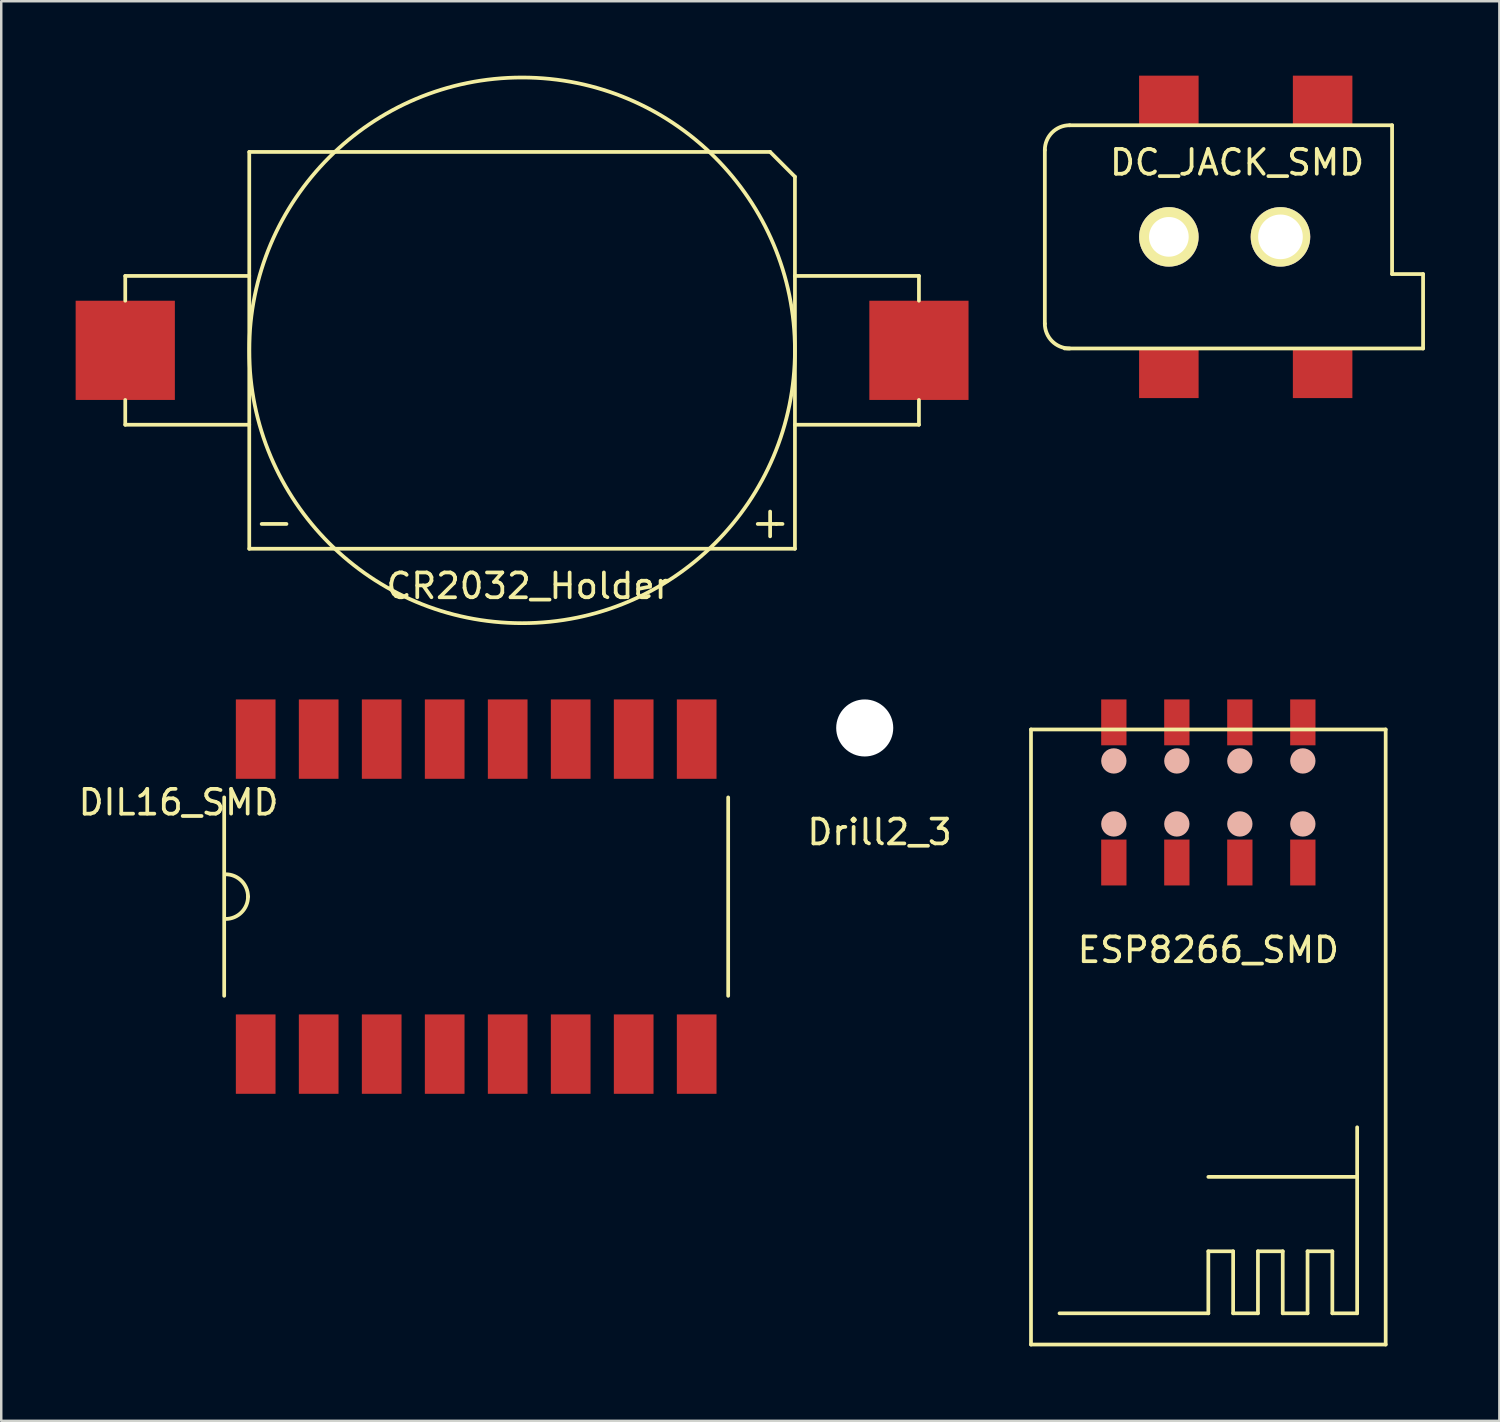
<source format=kicad_pcb>
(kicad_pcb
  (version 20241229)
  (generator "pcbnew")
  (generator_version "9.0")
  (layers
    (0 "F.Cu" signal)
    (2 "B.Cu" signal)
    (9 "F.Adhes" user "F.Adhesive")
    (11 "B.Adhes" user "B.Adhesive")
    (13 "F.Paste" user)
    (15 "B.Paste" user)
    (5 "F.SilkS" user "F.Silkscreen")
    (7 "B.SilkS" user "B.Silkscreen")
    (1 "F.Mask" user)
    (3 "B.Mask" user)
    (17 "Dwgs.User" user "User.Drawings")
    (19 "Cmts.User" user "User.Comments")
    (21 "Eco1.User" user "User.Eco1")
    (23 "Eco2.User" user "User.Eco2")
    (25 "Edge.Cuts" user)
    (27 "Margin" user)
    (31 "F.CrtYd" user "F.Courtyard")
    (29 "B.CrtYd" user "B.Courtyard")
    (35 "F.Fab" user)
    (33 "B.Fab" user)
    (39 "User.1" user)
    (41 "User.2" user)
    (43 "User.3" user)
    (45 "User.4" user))
  (footprint "Drill2_3"
    (layer "F.Cu")
    (at 31.814 26.3)
    (property "Reference" "Drill2_3" (at 0.6 4.2 0) (layer "F.SilkS") (effects (font (size 1 1) (thickness 0.15))))
    (attr through_hole)
    (pad "" np_thru_hole circle (at 0 0) (size 2.3 2.3) (drill 2.3) (layers "*.Cu" "*.Mask")))
  (footprint "DIL16_SMD"
    (layer "F.Cu")
    (at 16.149 33.1)
    (property "Reference" "DIL16_SMD" (at -12 -3.8 0) (layer "F.SilkS") (effects (font (size 1 1) (thickness 0.15))))
    (attr through_hole)
    (fp_line (start -10.16 -4) (end -10.16 4) (stroke (width 0.15) (type solid)) (layer "F.SilkS"))
    (fp_line (start 10.16 -4) (end 10.16 4) (stroke (width 0.15) (type solid)) (layer "F.SilkS"))
    (fp_arc (start -10.1 -0.9) (mid -9.463604 -0.636396) (end -9.2 0) (stroke (width 0.1524) (type solid)) (layer "F.SilkS"))
    (fp_arc (start -9.2 0) (mid -9.463604 0.636396) (end -10.1 0.9) (stroke (width 0.1524) (type solid)) (layer "F.SilkS"))
    (pad "1" smd rect (at -8.89 6.35) (size 1.6 3.2) (layers "F.Cu" "F.Mask" "F.Paste"))
    (pad "2" smd rect (at -6.35 6.35) (size 1.6 3.2) (layers "F.Cu" "F.Mask" "F.Paste"))
    (pad "3" smd rect (at -3.81 6.35) (size 1.6 3.2) (layers "F.Cu" "F.Mask" "F.Paste"))
    (pad "4" smd rect (at -1.27 6.35) (size 1.6 3.2) (layers "F.Cu" "F.Mask" "F.Paste"))
    (pad "5" smd rect (at 1.27 6.35) (size 1.6 3.2) (layers "F.Cu" "F.Mask" "F.Paste"))
    (pad "6" smd rect (at 3.81 6.35) (size 1.6 3.2) (layers "F.Cu" "F.Mask" "F.Paste"))
    (pad "7" smd rect (at 6.35 6.35) (size 1.6 3.2) (layers "F.Cu" "F.Mask" "F.Paste"))
    (pad "8" smd rect (at 8.89 6.35) (size 1.6 3.2) (layers "F.Cu" "F.Mask" "F.Paste"))
    (pad "9" smd rect (at 8.89 -6.35) (size 1.6 3.2) (layers "F.Cu" "F.Mask" "F.Paste"))
    (pad "10" smd rect (at 6.35 -6.35) (size 1.6 3.2) (layers "F.Cu" "F.Mask" "F.Paste"))
    (pad "11" smd rect (at 3.81 -6.35) (size 1.6 3.2) (layers "F.Cu" "F.Mask" "F.Paste"))
    (pad "12" smd rect (at 1.27 -6.35) (size 1.6 3.2) (layers "F.Cu" "F.Mask" "F.Paste"))
    (pad "13" smd rect (at -1.27 -6.35) (size 1.6 3.2) (layers "F.Cu" "F.Mask" "F.Paste"))
    (pad "14" smd rect (at -3.81 -6.35) (size 1.6 3.2) (layers "F.Cu" "F.Mask" "F.Paste"))
    (pad "15" smd rect (at -6.35 -6.35) (size 1.6 3.2) (layers "F.Cu" "F.Mask" "F.Paste"))
    (pad "16" smd rect (at -8.89 -6.35) (size 1.6 3.2) (layers "F.Cu" "F.Mask" "F.Paste")))
  (footprint "ESP8266_SMD"
    (layer "F.Cu")
    (at 45.668 28.9)
    (property "Reference" "ESP8266_SMD" (at 0 6.35 0) (layer "F.SilkS") (effects (font (size 1 1) (thickness 0.15))))
    (attr through_hole)
    (fp_line (start -7.15 -2.54) (end -7.15 22.26) (stroke (width 0.15) (type solid)) (layer "F.SilkS"))
    (fp_line (start -7.15 22.26) (end 7.15 22.26) (stroke (width 0.15) (type solid)) (layer "F.SilkS"))
    (fp_line (start -6 21) (end 0 21) (stroke (width 0.15) (type solid)) (layer "F.SilkS"))
    (fp_line (start 0 18.5) (end 1 18.5) (stroke (width 0.15) (type solid)) (layer "F.SilkS"))
    (fp_line (start 0 21) (end 0 18.5) (stroke (width 0.15) (type solid)) (layer "F.SilkS"))
    (fp_line (start 1 18.5) (end 1 21) (stroke (width 0.15) (type solid)) (layer "F.SilkS"))
    (fp_line (start 1 21) (end 2 21) (stroke (width 0.15) (type solid)) (layer "F.SilkS"))
    (fp_line (start 2 18.5) (end 3 18.5) (stroke (width 0.15) (type solid)) (layer "F.SilkS"))
    (fp_line (start 2 21) (end 2 18.5) (stroke (width 0.15) (type solid)) (layer "F.SilkS"))
    (fp_line (start 3 18.5) (end 3 21) (stroke (width 0.15) (type solid)) (layer "F.SilkS"))
    (fp_line (start 4 18.5) (end 4 21) (stroke (width 0.15) (type solid)) (layer "F.SilkS"))
    (fp_line (start 4 18.5) (end 5 18.5) (stroke (width 0.15) (type solid)) (layer "F.SilkS"))
    (fp_line (start 4 21) (end 3 21) (stroke (width 0.15) (type solid)) (layer "F.SilkS"))
    (fp_line (start 5 18.5) (end 5 21) (stroke (width 0.15) (type solid)) (layer "F.SilkS"))
    (fp_line (start 5 21) (end 6 21) (stroke (width 0.15) (type solid)) (layer "F.SilkS"))
    (fp_line (start 6 15.5) (end 0 15.5) (stroke (width 0.15) (type solid)) (layer "F.SilkS"))
    (fp_line (start 6 21) (end 6 13.5) (stroke (width 0.15) (type solid)) (layer "F.SilkS"))
    (fp_line (start 7.15 -2.54) (end -7.15 -2.54) (stroke (width 0.15) (type solid)) (layer "F.SilkS"))
    (fp_line (start 7.15 22.26) (end 7.15 -2.54) (stroke (width 0.15) (type solid)) (layer "F.SilkS"))
    (pad "" smd circle (at -3.81 -1.27) (size 1.02 1.02) (layers "B.SilkS"))
    (pad "" smd circle (at -3.81 1.27) (size 1.02 1.02) (layers "B.SilkS"))
    (pad "" smd circle (at -1.27 -1.27) (size 1.02 1.02) (layers "B.SilkS"))
    (pad "" smd circle (at -1.27 1.27) (size 1.02 1.02) (layers "B.SilkS"))
    (pad "" smd circle (at 1.27 -1.27) (size 1.02 1.02) (layers "B.SilkS"))
    (pad "" smd circle (at 1.27 1.27) (size 1.02 1.02) (layers "B.SilkS"))
    (pad "" smd circle (at 3.81 -1.27) (size 1.02 1.02) (layers "B.SilkS"))
    (pad "" smd circle (at 3.81 1.27) (size 1.02 1.02) (layers "B.SilkS"))
    (pad "1" smd rect (at -3.81 2.825) (size 1.02 1.85) (layers "F.Cu" "F.Mask" "F.Paste"))
    (pad "2" smd rect (at -3.81 -2.825) (size 1.02 1.85) (layers "F.Cu" "F.Mask" "F.Paste"))
    (pad "3" smd rect (at -1.27 2.825) (size 1.02 1.85) (layers "F.Cu" "F.Mask" "F.Paste"))
    (pad "4" smd rect (at -1.27 -2.825) (size 1.02 1.85) (layers "F.Cu" "F.Mask" "F.Paste"))
    (pad "5" smd rect (at 1.27 2.825) (size 1.02 1.85) (layers "F.Cu" "F.Mask" "F.Paste"))
    (pad "6" smd rect (at 1.27 -2.825) (size 1.02 1.85) (layers "F.Cu" "F.Mask" "F.Paste"))
    (pad "7" smd rect (at 3.81 2.825) (size 1.02 1.85) (layers "F.Cu" "F.Mask" "F.Paste"))
    (pad "8" smd rect (at 3.81 -2.825) (size 1.02 1.85) (layers "F.Cu" "F.Mask" "F.Paste")))
  (footprint "CR2032_Holder"
    (layer "F.Cu")
    (at 18 11.075)
    (property "Reference" "CR2032_Holder" (at 0.25 9.5 0) (layer "F.SilkS") (effects (font (size 1 1) (thickness 0.15))))
    (attr through_hole)
    (fp_line (start -16 -3) (end -11 -3) (stroke (width 0.15) (type solid)) (layer "F.SilkS"))
    (fp_line (start -16 -2) (end -16 -3) (stroke (width 0.15) (type solid)) (layer "F.SilkS"))
    (fp_line (start -16 2) (end -16 3) (stroke (width 0.15) (type solid)) (layer "F.SilkS"))
    (fp_line (start -16 3) (end -11 3) (stroke (width 0.15) (type solid)) (layer "F.SilkS"))
    (fp_line (start -11 -8) (end -11 8) (stroke (width 0.15) (type solid)) (layer "F.SilkS"))
    (fp_line (start -11 -8) (end 10 -8) (stroke (width 0.15) (type solid)) (layer "F.SilkS"))
    (fp_line (start -11 8) (end 11 8) (stroke (width 0.15) (type solid)) (layer "F.SilkS"))
    (fp_line (start -10.5 7) (end -9.5 7) (stroke (width 0.15) (type solid)) (layer "F.SilkS"))
    (fp_line (start 9.5 7) (end 10.25 7) (stroke (width 0.15) (type solid)) (layer "F.SilkS"))
    (fp_line (start 10 6.5) (end 10 7.5) (stroke (width 0.15) (type solid)) (layer "F.SilkS"))
    (fp_line (start 10.25 7) (end 10.5 7) (stroke (width 0.15) (type solid)) (layer "F.SilkS"))
    (fp_line (start 11 -7) (end 10 -8) (stroke (width 0.15) (type solid)) (layer "F.SilkS"))
    (fp_line (start 11 -7) (end 11 8) (stroke (width 0.15) (type solid)) (layer "F.SilkS"))
    (fp_line (start 11 -3) (end 16 -3) (stroke (width 0.15) (type solid)) (layer "F.SilkS"))
    (fp_line (start 16 -3) (end 16 -2) (stroke (width 0.15) (type solid)) (layer "F.SilkS"))
    (fp_line (start 16 2) (end 16 3) (stroke (width 0.15) (type solid)) (layer "F.SilkS"))
    (fp_line (start 16 3) (end 11 3) (stroke (width 0.15) (type solid)) (layer "F.SilkS"))
    (fp_circle (center 0 0) (end 11 0) (stroke (width 0.15) (type solid)) (fill no) (layer "F.SilkS"))
    (pad "1" smd rect (at 16 0) (size 4 4) (layers "F.Cu" "F.Mask" "F.Paste"))
    (pad "2" smd rect (at -16 0) (size 4 4) (layers "F.Cu" "F.Mask" "F.Paste")))
  (footprint "DC_JACK_SMD"
    (layer "F.Cu")
    (at 44.076 6.5)
    (property "Reference" "DC_JACK_SMD" (at 2.75 -3 0) (layer "F.SilkS") (effects (font (size 1 1) (thickness 0.15))))
    (attr smd)
    (fp_line (start -5 3.5) (end -5 -3.5) (stroke (width 0.152) (type solid)) (layer "F.SilkS"))
    (fp_line (start -4 -4.5) (end 9 -4.5) (stroke (width 0.152) (type solid)) (layer "F.SilkS"))
    (fp_line (start 9 -4.5) (end 9 1.5) (stroke (width 0.152) (type solid)) (layer "F.SilkS"))
    (fp_line (start 9 1.5) (end 10.25 1.5) (stroke (width 0.152) (type solid)) (layer "F.SilkS"))
    (fp_line (start 10.25 1.5) (end 10.25 4.5) (stroke (width 0.152) (type solid)) (layer "F.SilkS"))
    (fp_line (start 10.25 4.5) (end -4.2 4.5) (stroke (width 0.152) (type solid)) (layer "F.SilkS"))
    (fp_arc (start -5 -3.5) (mid -4.707107 -4.207107) (end -4 -4.5) (stroke (width 0.1524) (type solid)) (layer "F.SilkS"))
    (fp_arc (start -4 4.5) (mid -4.707107 4.207107) (end -5 3.5) (stroke (width 0.1524) (type solid)) (layer "F.SilkS"))
    (pad "" np_thru_hole circle (at 0 0) (size 2.4 2.4) (drill 1.6) (layers "*.Cu" "*.Mask" "F.SilkS"))
    (pad "" np_thru_hole circle (at 4.5 0) (size 2.4 2.4) (drill 1.8) (layers "*.Cu" "*.Mask" "F.SilkS"))
    (pad "1" smd rect (at 0 5.5) (size 2.4 2) (layers "F.Cu" "F.Mask" "F.Paste"))
    (pad "2" smd rect (at 6.2 5.5) (size 2.4 2) (layers "F.Cu" "F.Mask" "F.Paste"))
    (pad "3" smd rect (at 0 -5.5) (size 2.4 2) (layers "F.Cu" "F.Mask" "F.Paste"))
    (pad "3" smd rect (at 6.2 -5.5) (size 2.4 2) (layers "F.Cu" "F.Mask" "F.Paste")))
  (gr_rect
    (start -3 -3)
    (end 57.402 54.235)
    (stroke (width 0.1) (type default))
    (fill no)
    (layer "Edge.Cuts")))
</source>
